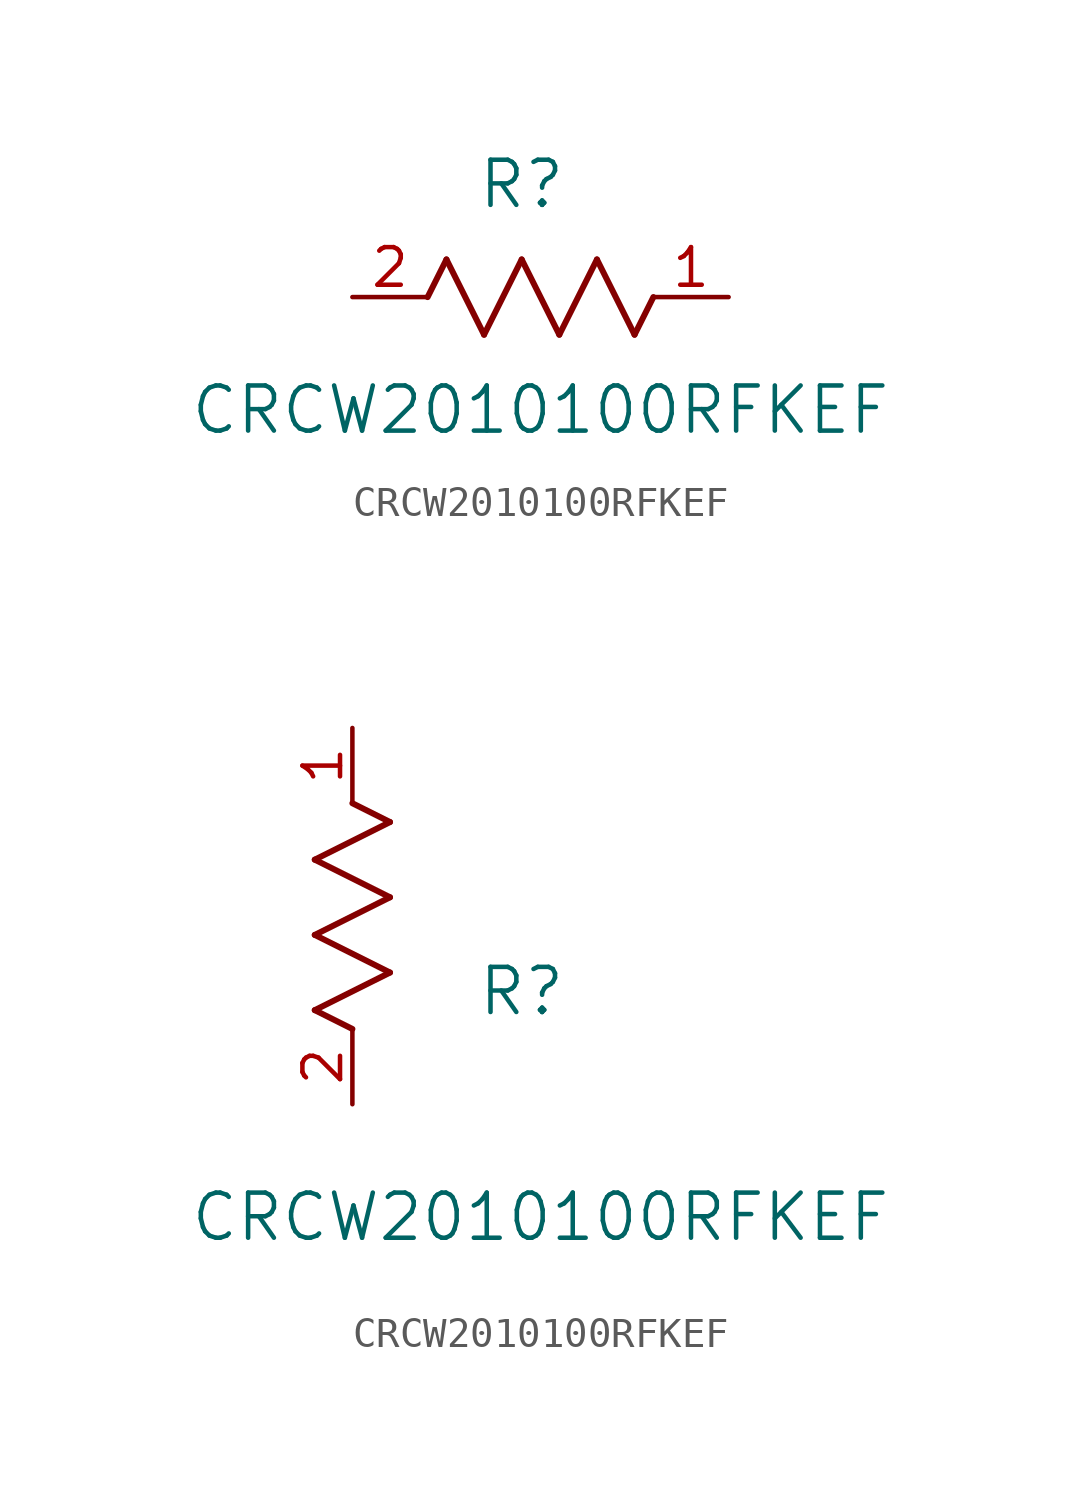
<source format=kicad_sym>
(kicad_symbol_lib
  (version 20211014)
  (generator kicad_symbol_editor)
  (symbol "CRCW2010100RFKEF"
    (pin_names
      (offset 0.254))
    (property "Reference" "R"
      (at 5.715 3.81 0)
      (effects (font (size 1.524 1.524))))
    (property "Value" "CRCW2010100RFKEF"
      (at 6.35 -3.81 0)
      (effects (font (size 1.524 1.524))))
    (symbol "CRCW2010100RFKEF_1_1"
      (polyline (pts (xy 3.175 1.27) (xy 4.445 -1.27)) (stroke (width 0.203) (type default) (color 0 0 0 0)) (fill (type none)))
      (polyline (pts (xy 4.445 -1.27) (xy 5.715 1.27)) (stroke (width 0.203) (type default) (color 0 0 0 0)) (fill (type none)))
      (polyline (pts (xy 5.715 1.27) (xy 6.985 -1.27)) (stroke (width 0.203) (type default) (color 0 0 0 0)) (fill (type none)))
      (polyline (pts (xy 6.985 -1.27) (xy 8.255 1.27)) (stroke (width 0.203) (type default) (color 0 0 0 0)) (fill (type none)))
      (polyline (pts (xy 8.255 1.27) (xy 9.525 -1.27)) (stroke (width 0.203) (type default) (color 0 0 0 0)) (fill (type none)))
      (polyline (pts (xy 2.54 0) (xy 3.175 1.27)) (stroke (width 0.203) (type default) (color 0 0 0 0)) (fill (type none)))
      (polyline (pts (xy 9.525 -1.27) (xy 10.16 0)) (stroke (width 0.203) (type default) (color 0 0 0 0)) (fill (type none)))
      (pin unspecified line (at 0 0 0) (length 2.54) (name "" (effects (font (size 1.27 1.27)))) (number "2" (effects (font (size 1.27 1.27)))))
      (pin unspecified line (at 12.7 0 180) (length 2.54) (name "" (effects (font (size 1.27 1.27)))) (number "1" (effects (font (size 1.27 1.27))))))
    (symbol "CRCW2010100RFKEF_1_2"
      (polyline (pts (xy 0 2.54) (xy -1.27 3.175)) (stroke (width 0.203) (type default) (color 0 0 0 0)) (fill (type none)))
      (polyline (pts (xy -1.27 3.175) (xy 1.27 4.445)) (stroke (width 0.203) (type default) (color 0 0 0 0)) (fill (type none)))
      (polyline (pts (xy 1.27 4.445) (xy -1.27 5.715)) (stroke (width 0.203) (type default) (color 0 0 0 0)) (fill (type none)))
      (polyline (pts (xy -1.27 5.715) (xy 1.27 6.985)) (stroke (width 0.203) (type default) (color 0 0 0 0)) (fill (type none)))
      (polyline (pts (xy -1.27 8.255) (xy 1.27 9.525)) (stroke (width 0.203) (type default) (color 0 0 0 0)) (fill (type none)))
      (polyline (pts (xy 1.27 9.525) (xy 0 10.16)) (stroke (width 0.203) (type default) (color 0 0 0 0)) (fill (type none)))
      (polyline (pts (xy 1.27 6.985) (xy -1.27 8.255)) (stroke (width 0.203) (type default) (color 0 0 0 0)) (fill (type none)))
      (pin unspecified line (at 0 0 90) (length 2.54) (name "" (effects (font (size 1.27 1.27)))) (number "2" (effects (font (size 1.27 1.27)))))
      (pin unspecified line (at 0 12.7 270) (length 2.54) (name "" (effects (font (size 1.27 1.27)))) (number "1" (effects (font (size 1.27 1.27))))))))
</source>
